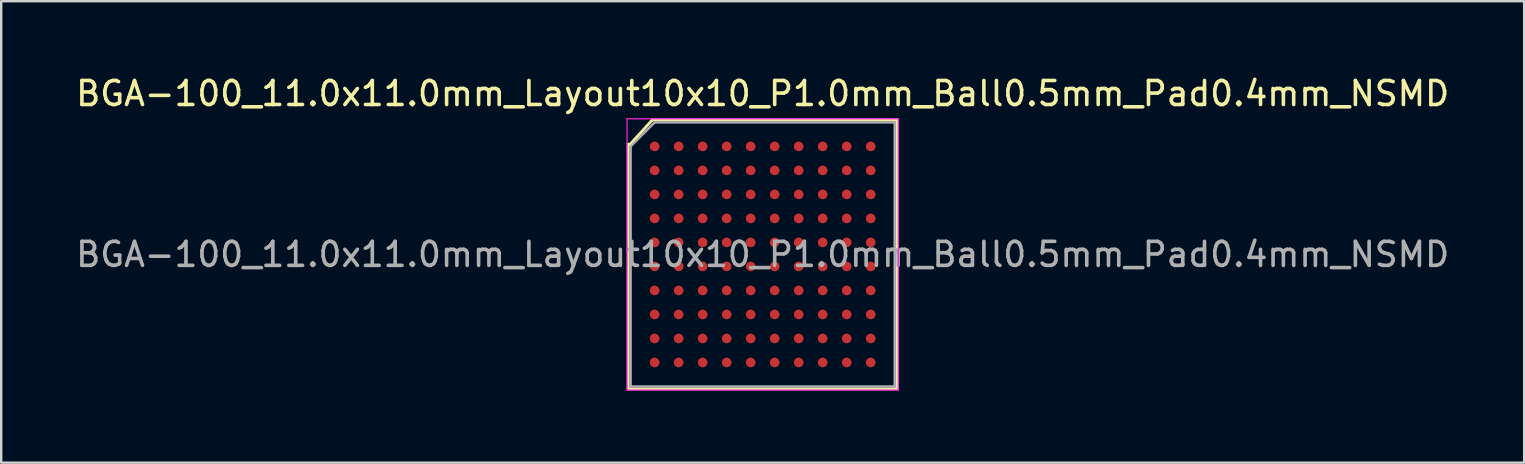
<source format=kicad_pcb>
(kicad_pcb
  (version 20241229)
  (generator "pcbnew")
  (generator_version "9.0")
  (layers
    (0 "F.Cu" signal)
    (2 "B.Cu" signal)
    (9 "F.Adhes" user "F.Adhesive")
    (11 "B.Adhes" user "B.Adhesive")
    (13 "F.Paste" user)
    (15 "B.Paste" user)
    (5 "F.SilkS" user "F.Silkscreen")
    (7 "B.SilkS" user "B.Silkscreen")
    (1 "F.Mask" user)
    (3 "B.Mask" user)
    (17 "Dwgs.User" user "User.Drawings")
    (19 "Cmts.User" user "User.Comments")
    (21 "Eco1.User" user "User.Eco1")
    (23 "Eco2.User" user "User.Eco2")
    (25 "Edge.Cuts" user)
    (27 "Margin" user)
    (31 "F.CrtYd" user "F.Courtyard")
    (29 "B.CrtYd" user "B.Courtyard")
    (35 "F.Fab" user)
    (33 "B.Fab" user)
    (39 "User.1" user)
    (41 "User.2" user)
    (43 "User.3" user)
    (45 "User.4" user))
  (footprint "BGA-100_11.0x11.0mm_Layout10x10_P1.0mm_Ball0.5mm_Pad0.4mm_NSMD"
    (layer "F.Cu")
    (at 28.72 7.548)
    (property "Reference" "BGA-100_11.0x11.0mm_Layout10x10_P1.0mm_Ball0.5mm_Pad0.4mm_NSMD" (at 0 -6.7 0) (layer "F.SilkS") (effects (font (size 1 1) (thickness 0.15))))
    (attr smd)
    (fp_line (start -5.6 -4.6) (end -5.6 5.6) (stroke (width 0.12) (type solid)) (layer "F.SilkS"))
    (fp_line (start -5.6 5.6) (end 5.6 5.6) (stroke (width 0.12) (type solid)) (layer "F.SilkS"))
    (fp_line (start -4.6 -5.6) (end -5.6 -4.5) (stroke (width 0.12) (type solid)) (layer "F.SilkS"))
    (fp_line (start 5.6 -5.6) (end -4.6 -5.6) (stroke (width 0.12) (type solid)) (layer "F.SilkS"))
    (fp_line (start 5.6 5.6) (end 5.6 -5.6) (stroke (width 0.12) (type solid)) (layer "F.SilkS"))
    (fp_line (start -5.65 -5.65) (end 5.65 -5.65) (stroke (width 0.05) (type solid)) (layer "F.CrtYd"))
    (fp_line (start -5.65 5.65) (end -5.65 -5.65) (stroke (width 0.05) (type solid)) (layer "F.CrtYd"))
    (fp_line (start 5.65 -5.65) (end 5.65 5.65) (stroke (width 0.05) (type solid)) (layer "F.CrtYd"))
    (fp_line (start 5.65 5.65) (end -5.65 5.65) (stroke (width 0.05) (type solid)) (layer "F.CrtYd"))
    (fp_line (start -5.5 -4.5) (end -5.5 5.5) (stroke (width 0.1) (type solid)) (layer "F.Fab"))
    (fp_line (start -5.5 5.5) (end 5.5 5.5) (stroke (width 0.1) (type solid)) (layer "F.Fab"))
    (fp_line (start -4.5 -5.5) (end -5.5 -4.5) (stroke (width 0.1) (type solid)) (layer "F.Fab"))
    (fp_line (start 5.5 -5.5) (end -4.5 -5.5) (stroke (width 0.1) (type solid)) (layer "F.Fab"))
    (fp_line (start 5.5 5.5) (end 5.5 -5.5) (stroke (width 0.1) (type solid)) (layer "F.Fab"))
    (fp_text user "${REFERENCE}" (at 0 0 0) (layer "F.Fab") (effects (font (size 1 1) (thickness 0.15))))
    (pad "A1" smd circle (at -4.5 -4.5) (size 0.4 0.4) (layers "F.Cu" "F.Mask" "F.Paste"))
    (pad "A2" smd circle (at -3.5 -4.5) (size 0.4 0.4) (layers "F.Cu" "F.Mask" "F.Paste"))
    (pad "A3" smd circle (at -2.5 -4.5) (size 0.4 0.4) (layers "F.Cu" "F.Mask" "F.Paste"))
    (pad "A4" smd circle (at -1.5 -4.5) (size 0.4 0.4) (layers "F.Cu" "F.Mask" "F.Paste"))
    (pad "A5" smd circle (at -0.5 -4.5) (size 0.4 0.4) (layers "F.Cu" "F.Mask" "F.Paste"))
    (pad "A6" smd circle (at 0.5 -4.5) (size 0.4 0.4) (layers "F.Cu" "F.Mask" "F.Paste"))
    (pad "A7" smd circle (at 1.5 -4.5) (size 0.4 0.4) (layers "F.Cu" "F.Mask" "F.Paste"))
    (pad "A8" smd circle (at 2.5 -4.5) (size 0.4 0.4) (layers "F.Cu" "F.Mask" "F.Paste"))
    (pad "A9" smd circle (at 3.5 -4.5) (size 0.4 0.4) (layers "F.Cu" "F.Mask" "F.Paste"))
    (pad "A10" smd circle (at 4.5 -4.5) (size 0.4 0.4) (layers "F.Cu" "F.Mask" "F.Paste"))
    (pad "B1" smd circle (at -4.5 -3.5) (size 0.4 0.4) (layers "F.Cu" "F.Mask" "F.Paste"))
    (pad "B2" smd circle (at -3.5 -3.5) (size 0.4 0.4) (layers "F.Cu" "F.Mask" "F.Paste"))
    (pad "B3" smd circle (at -2.5 -3.5) (size 0.4 0.4) (layers "F.Cu" "F.Mask" "F.Paste"))
    (pad "B4" smd circle (at -1.5 -3.5) (size 0.4 0.4) (layers "F.Cu" "F.Mask" "F.Paste"))
    (pad "B5" smd circle (at -0.5 -3.5) (size 0.4 0.4) (layers "F.Cu" "F.Mask" "F.Paste"))
    (pad "B6" smd circle (at 0.5 -3.5) (size 0.4 0.4) (layers "F.Cu" "F.Mask" "F.Paste"))
    (pad "B7" smd circle (at 1.5 -3.5) (size 0.4 0.4) (layers "F.Cu" "F.Mask" "F.Paste"))
    (pad "B8" smd circle (at 2.5 -3.5) (size 0.4 0.4) (layers "F.Cu" "F.Mask" "F.Paste"))
    (pad "B9" smd circle (at 3.5 -3.5) (size 0.4 0.4) (layers "F.Cu" "F.Mask" "F.Paste"))
    (pad "B10" smd circle (at 4.5 -3.5) (size 0.4 0.4) (layers "F.Cu" "F.Mask" "F.Paste"))
    (pad "C1" smd circle (at -4.5 -2.5) (size 0.4 0.4) (layers "F.Cu" "F.Mask" "F.Paste"))
    (pad "C2" smd circle (at -3.5 -2.5) (size 0.4 0.4) (layers "F.Cu" "F.Mask" "F.Paste"))
    (pad "C3" smd circle (at -2.5 -2.5) (size 0.4 0.4) (layers "F.Cu" "F.Mask" "F.Paste"))
    (pad "C4" smd circle (at -1.5 -2.5) (size 0.4 0.4) (layers "F.Cu" "F.Mask" "F.Paste"))
    (pad "C5" smd circle (at -0.5 -2.5) (size 0.4 0.4) (layers "F.Cu" "F.Mask" "F.Paste"))
    (pad "C6" smd circle (at 0.5 -2.5) (size 0.4 0.4) (layers "F.Cu" "F.Mask" "F.Paste"))
    (pad "C7" smd circle (at 1.5 -2.5) (size 0.4 0.4) (layers "F.Cu" "F.Mask" "F.Paste"))
    (pad "C8" smd circle (at 2.5 -2.5) (size 0.4 0.4) (layers "F.Cu" "F.Mask" "F.Paste"))
    (pad "C9" smd circle (at 3.5 -2.5) (size 0.4 0.4) (layers "F.Cu" "F.Mask" "F.Paste"))
    (pad "C10" smd circle (at 4.5 -2.5) (size 0.4 0.4) (layers "F.Cu" "F.Mask" "F.Paste"))
    (pad "D1" smd circle (at -4.5 -1.5) (size 0.4 0.4) (layers "F.Cu" "F.Mask" "F.Paste"))
    (pad "D2" smd circle (at -3.5 -1.5) (size 0.4 0.4) (layers "F.Cu" "F.Mask" "F.Paste"))
    (pad "D3" smd circle (at -2.5 -1.5) (size 0.4 0.4) (layers "F.Cu" "F.Mask" "F.Paste"))
    (pad "D4" smd circle (at -1.5 -1.5) (size 0.4 0.4) (layers "F.Cu" "F.Mask" "F.Paste"))
    (pad "D5" smd circle (at -0.5 -1.5) (size 0.4 0.4) (layers "F.Cu" "F.Mask" "F.Paste"))
    (pad "D6" smd circle (at 0.5 -1.5) (size 0.4 0.4) (layers "F.Cu" "F.Mask" "F.Paste"))
    (pad "D7" smd circle (at 1.5 -1.5) (size 0.4 0.4) (layers "F.Cu" "F.Mask" "F.Paste"))
    (pad "D8" smd circle (at 2.5 -1.5) (size 0.4 0.4) (layers "F.Cu" "F.Mask" "F.Paste"))
    (pad "D9" smd circle (at 3.5 -1.5) (size 0.4 0.4) (layers "F.Cu" "F.Mask" "F.Paste"))
    (pad "D10" smd circle (at 4.5 -1.5) (size 0.4 0.4) (layers "F.Cu" "F.Mask" "F.Paste"))
    (pad "E1" smd circle (at -4.5 -0.5) (size 0.4 0.4) (layers "F.Cu" "F.Mask" "F.Paste"))
    (pad "E2" smd circle (at -3.5 -0.5) (size 0.4 0.4) (layers "F.Cu" "F.Mask" "F.Paste"))
    (pad "E3" smd circle (at -2.5 -0.5) (size 0.4 0.4) (layers "F.Cu" "F.Mask" "F.Paste"))
    (pad "E4" smd circle (at -1.5 -0.5) (size 0.4 0.4) (layers "F.Cu" "F.Mask" "F.Paste"))
    (pad "E5" smd circle (at -0.5 -0.5) (size 0.4 0.4) (layers "F.Cu" "F.Mask" "F.Paste"))
    (pad "E6" smd circle (at 0.5 -0.5) (size 0.4 0.4) (layers "F.Cu" "F.Mask" "F.Paste"))
    (pad "E7" smd circle (at 1.5 -0.5) (size 0.4 0.4) (layers "F.Cu" "F.Mask" "F.Paste"))
    (pad "E8" smd circle (at 2.5 -0.5) (size 0.4 0.4) (layers "F.Cu" "F.Mask" "F.Paste"))
    (pad "E9" smd circle (at 3.5 -0.5) (size 0.4 0.4) (layers "F.Cu" "F.Mask" "F.Paste"))
    (pad "E10" smd circle (at 4.5 -0.5) (size 0.4 0.4) (layers "F.Cu" "F.Mask" "F.Paste"))
    (pad "F1" smd circle (at -4.5 0.5) (size 0.4 0.4) (layers "F.Cu" "F.Mask" "F.Paste"))
    (pad "F2" smd circle (at -3.5 0.5) (size 0.4 0.4) (layers "F.Cu" "F.Mask" "F.Paste"))
    (pad "F3" smd circle (at -2.5 0.5) (size 0.4 0.4) (layers "F.Cu" "F.Mask" "F.Paste"))
    (pad "F4" smd circle (at -1.5 0.5) (size 0.4 0.4) (layers "F.Cu" "F.Mask" "F.Paste"))
    (pad "F5" smd circle (at -0.5 0.5) (size 0.4 0.4) (layers "F.Cu" "F.Mask" "F.Paste"))
    (pad "F6" smd circle (at 0.5 0.5) (size 0.4 0.4) (layers "F.Cu" "F.Mask" "F.Paste"))
    (pad "F7" smd circle (at 1.5 0.5) (size 0.4 0.4) (layers "F.Cu" "F.Mask" "F.Paste"))
    (pad "F8" smd circle (at 2.5 0.5) (size 0.4 0.4) (layers "F.Cu" "F.Mask" "F.Paste"))
    (pad "F9" smd circle (at 3.5 0.5) (size 0.4 0.4) (layers "F.Cu" "F.Mask" "F.Paste"))
    (pad "F10" smd circle (at 4.5 0.5) (size 0.4 0.4) (layers "F.Cu" "F.Mask" "F.Paste"))
    (pad "G1" smd circle (at -4.5 1.5) (size 0.4 0.4) (layers "F.Cu" "F.Mask" "F.Paste"))
    (pad "G2" smd circle (at -3.5 1.5) (size 0.4 0.4) (layers "F.Cu" "F.Mask" "F.Paste"))
    (pad "G3" smd circle (at -2.5 1.5) (size 0.4 0.4) (layers "F.Cu" "F.Mask" "F.Paste"))
    (pad "G4" smd circle (at -1.5 1.5) (size 0.4 0.4) (layers "F.Cu" "F.Mask" "F.Paste"))
    (pad "G5" smd circle (at -0.5 1.5) (size 0.4 0.4) (layers "F.Cu" "F.Mask" "F.Paste"))
    (pad "G6" smd circle (at 0.5 1.5) (size 0.4 0.4) (layers "F.Cu" "F.Mask" "F.Paste"))
    (pad "G7" smd circle (at 1.5 1.5) (size 0.4 0.4) (layers "F.Cu" "F.Mask" "F.Paste"))
    (pad "G8" smd circle (at 2.5 1.5) (size 0.4 0.4) (layers "F.Cu" "F.Mask" "F.Paste"))
    (pad "G9" smd circle (at 3.5 1.5) (size 0.4 0.4) (layers "F.Cu" "F.Mask" "F.Paste"))
    (pad "G10" smd circle (at 4.5 1.5) (size 0.4 0.4) (layers "F.Cu" "F.Mask" "F.Paste"))
    (pad "H1" smd circle (at -4.5 2.5) (size 0.4 0.4) (layers "F.Cu" "F.Mask" "F.Paste"))
    (pad "H2" smd circle (at -3.5 2.5) (size 0.4 0.4) (layers "F.Cu" "F.Mask" "F.Paste"))
    (pad "H3" smd circle (at -2.5 2.5) (size 0.4 0.4) (layers "F.Cu" "F.Mask" "F.Paste"))
    (pad "H4" smd circle (at -1.5 2.5) (size 0.4 0.4) (layers "F.Cu" "F.Mask" "F.Paste"))
    (pad "H5" smd circle (at -0.5 2.5) (size 0.4 0.4) (layers "F.Cu" "F.Mask" "F.Paste"))
    (pad "H6" smd circle (at 0.5 2.5) (size 0.4 0.4) (layers "F.Cu" "F.Mask" "F.Paste"))
    (pad "H7" smd circle (at 1.5 2.5) (size 0.4 0.4) (layers "F.Cu" "F.Mask" "F.Paste"))
    (pad "H8" smd circle (at 2.5 2.5) (size 0.4 0.4) (layers "F.Cu" "F.Mask" "F.Paste"))
    (pad "H9" smd circle (at 3.5 2.5) (size 0.4 0.4) (layers "F.Cu" "F.Mask" "F.Paste"))
    (pad "H10" smd circle (at 4.5 2.5) (size 0.4 0.4) (layers "F.Cu" "F.Mask" "F.Paste"))
    (pad "J1" smd circle (at -4.5 3.5) (size 0.4 0.4) (layers "F.Cu" "F.Mask" "F.Paste"))
    (pad "J2" smd circle (at -3.5 3.5) (size 0.4 0.4) (layers "F.Cu" "F.Mask" "F.Paste"))
    (pad "J3" smd circle (at -2.5 3.5) (size 0.4 0.4) (layers "F.Cu" "F.Mask" "F.Paste"))
    (pad "J4" smd circle (at -1.5 3.5) (size 0.4 0.4) (layers "F.Cu" "F.Mask" "F.Paste"))
    (pad "J5" smd circle (at -0.5 3.5) (size 0.4 0.4) (layers "F.Cu" "F.Mask" "F.Paste"))
    (pad "J6" smd circle (at 0.5 3.5) (size 0.4 0.4) (layers "F.Cu" "F.Mask" "F.Paste"))
    (pad "J7" smd circle (at 1.5 3.5) (size 0.4 0.4) (layers "F.Cu" "F.Mask" "F.Paste"))
    (pad "J8" smd circle (at 2.5 3.5) (size 0.4 0.4) (layers "F.Cu" "F.Mask" "F.Paste"))
    (pad "J9" smd circle (at 3.5 3.5) (size 0.4 0.4) (layers "F.Cu" "F.Mask" "F.Paste"))
    (pad "J10" smd circle (at 4.5 3.5) (size 0.4 0.4) (layers "F.Cu" "F.Mask" "F.Paste"))
    (pad "K1" smd circle (at -4.5 4.5) (size 0.4 0.4) (layers "F.Cu" "F.Mask" "F.Paste"))
    (pad "K2" smd circle (at -3.5 4.5) (size 0.4 0.4) (layers "F.Cu" "F.Mask" "F.Paste"))
    (pad "K3" smd circle (at -2.5 4.5) (size 0.4 0.4) (layers "F.Cu" "F.Mask" "F.Paste"))
    (pad "K4" smd circle (at -1.5 4.5) (size 0.4 0.4) (layers "F.Cu" "F.Mask" "F.Paste"))
    (pad "K5" smd circle (at -0.5 4.5) (size 0.4 0.4) (layers "F.Cu" "F.Mask" "F.Paste"))
    (pad "K6" smd circle (at 0.5 4.5) (size 0.4 0.4) (layers "F.Cu" "F.Mask" "F.Paste"))
    (pad "K7" smd circle (at 1.5 4.5) (size 0.4 0.4) (layers "F.Cu" "F.Mask" "F.Paste"))
    (pad "K8" smd circle (at 2.5 4.5) (size 0.4 0.4) (layers "F.Cu" "F.Mask" "F.Paste"))
    (pad "K9" smd circle (at 3.5 4.5) (size 0.4 0.4) (layers "F.Cu" "F.Mask" "F.Paste"))
    (pad "K10" smd circle (at 4.5 4.5) (size 0.4 0.4) (layers "F.Cu" "F.Mask" "F.Paste")))
  (gr_rect
    (start -3 -3)
    (end 60.44 16.223)
    (stroke (width 0.1) (type default))
    (fill no)
    (layer "Edge.Cuts")))
</source>
